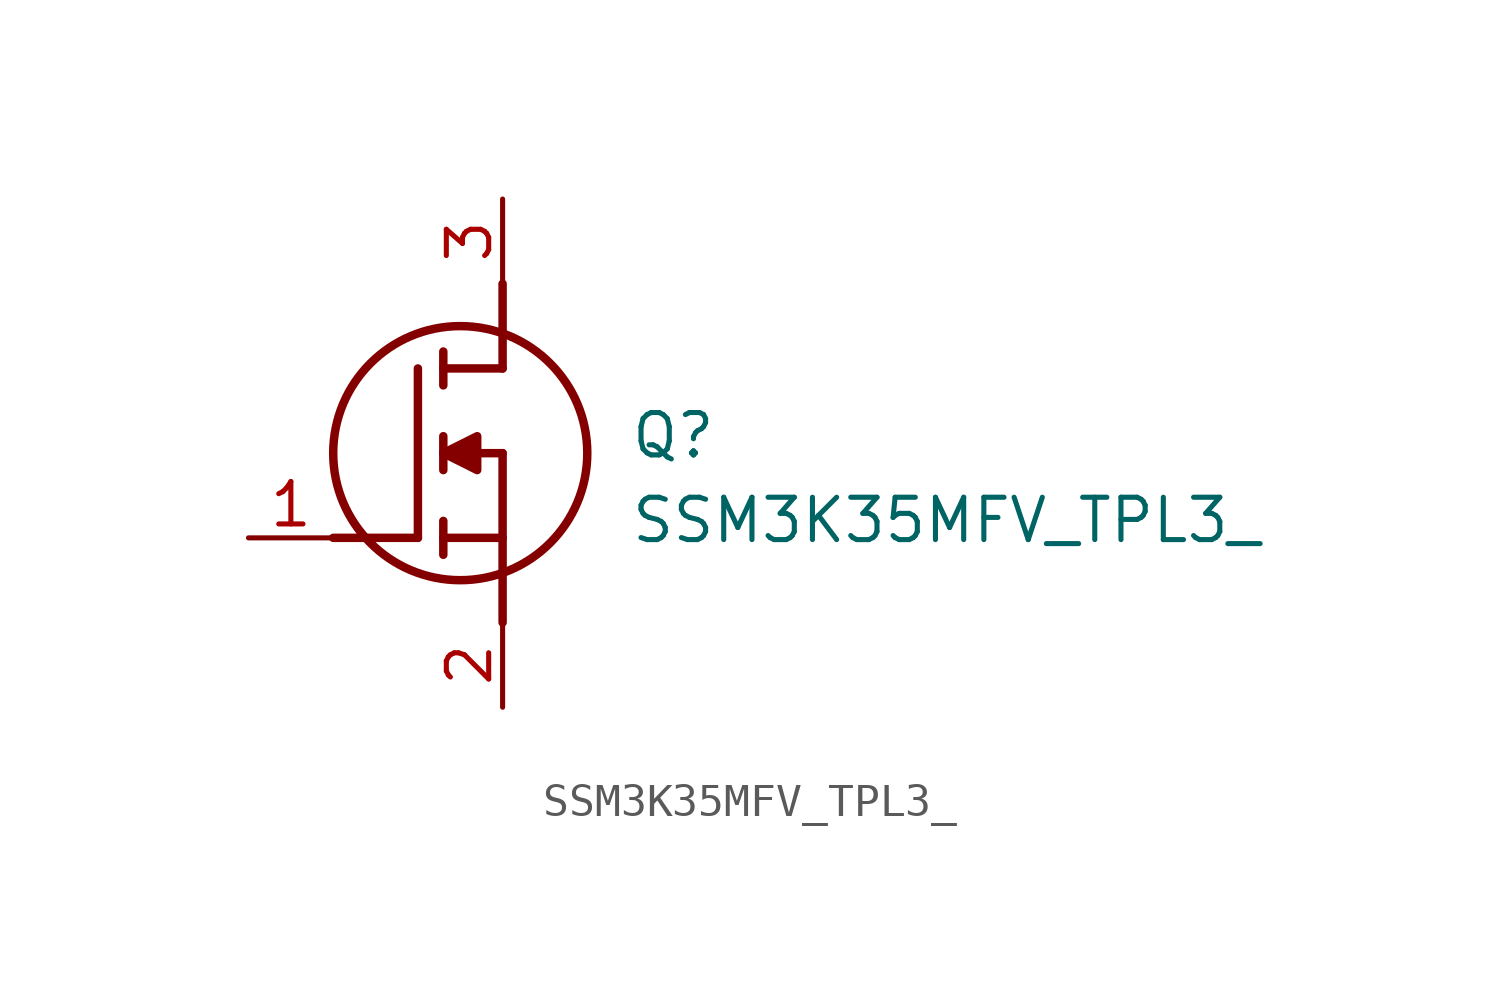
<source format=kicad_sym>
(kicad_symbol_lib
  (version 20211014)
  (generator SamacSys_ECAD_Model)
  (symbol "SSM3K35MFV_TPL3_"
    (pin_names hide)
    (property "Reference" "Q"
      (at 11.43 3.81 0)
      (effects (font (size 1.27 1.27)) (justify left top)))
    (property "Value" "SSM3K35MFV_TPL3_"
      (at 11.43 1.27 0)
      (effects (font (size 1.27 1.27)) (justify left top)))
    (polyline
      (pts (xy 7.62 2.54) (xy 7.62 -2.54))
      (stroke (width 0.254) (type default))
      (fill (type none)))
    (polyline
      (pts (xy 7.62 5.08) (xy 7.62 7.62))
      (stroke (width 0.254) (type default))
      (fill (type none)))
    (polyline
      (pts (xy 2.54 0) (xy 5.08 0))
      (stroke (width 0.254) (type default))
      (fill (type none)))
    (polyline
      (pts (xy 5.08 5.08) (xy 5.08 0))
      (stroke (width 0.254) (type default))
      (fill (type none)))
    (polyline
      (pts (xy 7.62 2.54) (xy 5.842 2.54))
      (stroke (width 0.254) (type default))
      (fill (type none)))
    (polyline
      (pts (xy 7.62 5.08) (xy 5.842 5.08))
      (stroke (width 0.254) (type default))
      (fill (type none)))
    (polyline
      (pts (xy 5.842 0) (xy 7.62 0))
      (stroke (width 0.254) (type default))
      (fill (type none)))
    (polyline
      (pts (xy 5.842 5.588) (xy 5.842 4.572))
      (stroke (width 0.254) (type default))
      (fill (type none)))
    (polyline
      (pts (xy 5.842 -0.508) (xy 5.842 0.508))
      (stroke (width 0.254) (type default))
      (fill (type none)))
    (polyline
      (pts (xy 5.842 2.032) (xy 5.842 3.048))
      (stroke (width 0.254) (type default))
      (fill (type none)))
    (circle
      (center 6.35 2.54)
      (radius 3.81)
      (stroke (width 0.254) (type default))
      (fill (type none)))
    (polyline
      (pts (xy 5.842 2.54) (xy 6.858 3.048) (xy 6.858 2.032) (xy 5.842 2.54))
      (stroke (width 0.254) (type default))
      (fill (type outline)))
    (pin passive line
      (at 0 0 0)
      (length 2.54)
      (name "G" (effects (font (size 1.27 1.27))))
      (number "1" (effects (font (size 1.27 1.27)))))
    (pin passive line
      (at 7.62 10.16 270)
      (length 2.54)
      (name "D" (effects (font (size 1.27 1.27))))
      (number "3" (effects (font (size 1.27 1.27)))))
    (pin passive line
      (at 7.62 -5.08 90)
      (length 2.54)
      (name "S" (effects (font (size 1.27 1.27))))
      (number "2" (effects (font (size 1.27 1.27)))))))
</source>
